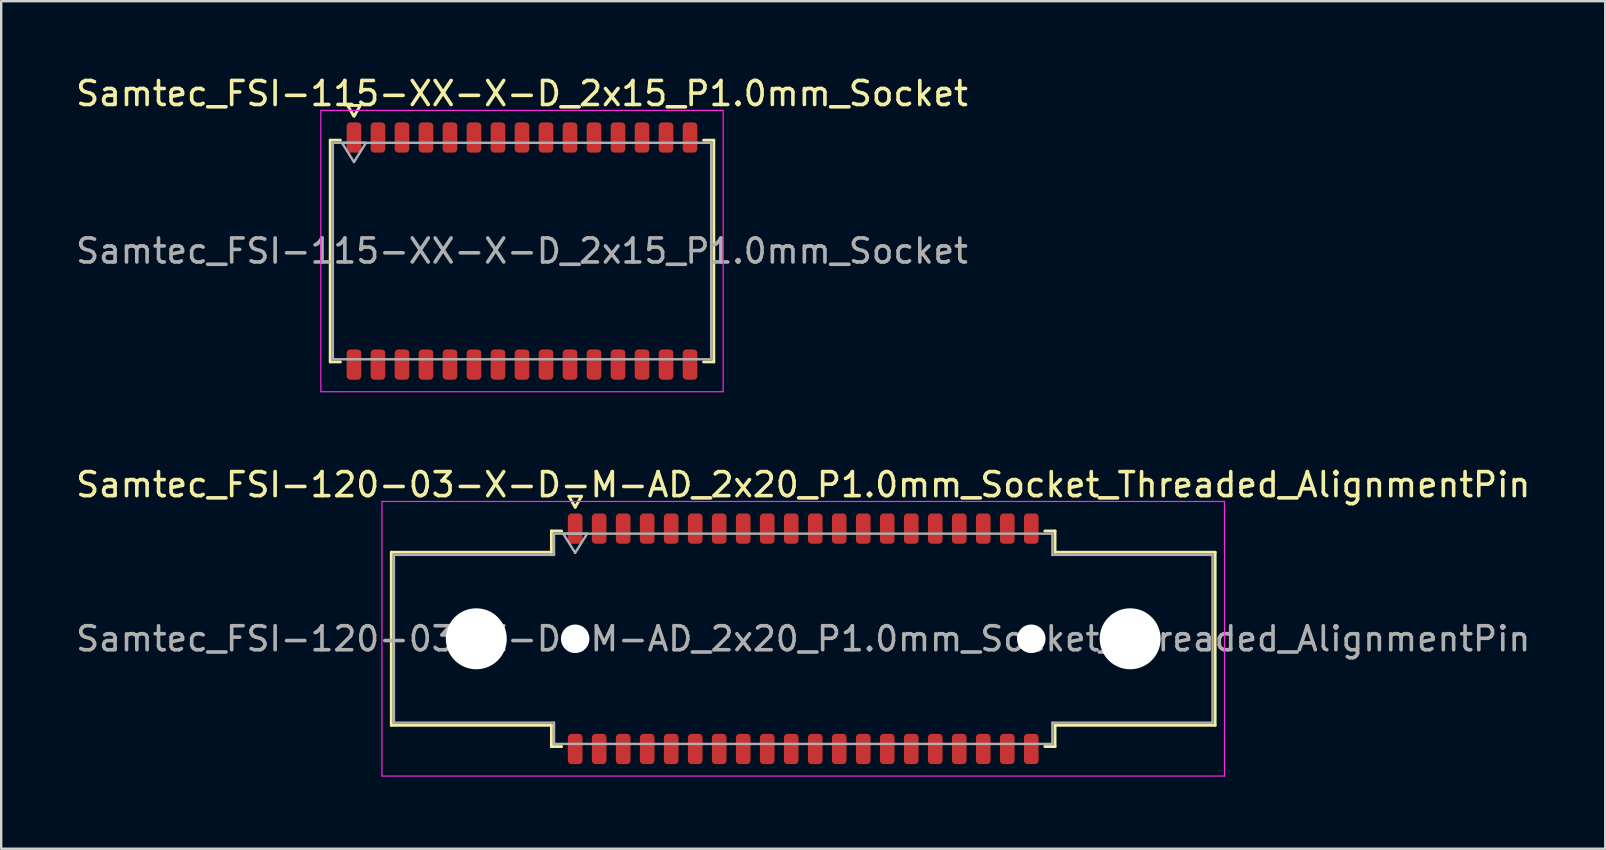
<source format=kicad_pcb>
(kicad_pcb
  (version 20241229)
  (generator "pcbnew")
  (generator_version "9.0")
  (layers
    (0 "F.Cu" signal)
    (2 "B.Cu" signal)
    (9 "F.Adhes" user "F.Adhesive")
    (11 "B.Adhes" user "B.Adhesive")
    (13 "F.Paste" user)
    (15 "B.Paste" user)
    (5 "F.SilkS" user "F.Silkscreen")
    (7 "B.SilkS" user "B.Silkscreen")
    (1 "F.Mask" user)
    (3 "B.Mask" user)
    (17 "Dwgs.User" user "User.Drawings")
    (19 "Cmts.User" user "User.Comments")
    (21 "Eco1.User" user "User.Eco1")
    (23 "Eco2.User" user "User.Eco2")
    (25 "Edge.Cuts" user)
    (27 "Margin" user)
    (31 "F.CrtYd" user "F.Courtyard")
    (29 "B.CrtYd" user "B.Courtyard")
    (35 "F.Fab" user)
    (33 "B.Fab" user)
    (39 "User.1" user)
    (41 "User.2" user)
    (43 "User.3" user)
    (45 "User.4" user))
  (footprint "Samtec_FSI-115-XX-X-D_2x15_P1.0mm_Socket"
    (layer "F.Cu")
    (at 18.696 7.408)
    (property "Reference" "Samtec_FSI-115-XX-X-D_2x15_P1.0mm_Socket" (at 0 -6.56 0) (layer "F.SilkS") (effects (font (size 1 1) (thickness 0.15))))
    (attr smd)
    (fp_line (start -7.99 -4.619) (end -7.565 -4.619) (stroke (width 0.12) (type solid)) (layer "F.SilkS"))
    (fp_line (start -7.99 4.619) (end -7.99 -4.619) (stroke (width 0.12) (type solid)) (layer "F.SilkS"))
    (fp_line (start -7.565 4.619) (end -7.99 4.619) (stroke (width 0.12) (type solid)) (layer "F.SilkS"))
    (fp_line (start -7.264 -6.066) (end -7.007 -5.62) (stroke (width 0.12) (type solid)) (layer "F.SilkS"))
    (fp_line (start -6.993 -5.62) (end -6.736 -6.066) (stroke (width 0.12) (type solid)) (layer "F.SilkS"))
    (fp_line (start -6.736 -6.066) (end -7.264 -6.066) (stroke (width 0.12) (type solid)) (layer "F.SilkS"))
    (fp_line (start 7.565 -4.619) (end 7.99 -4.619) (stroke (width 0.12) (type solid)) (layer "F.SilkS"))
    (fp_line (start 7.99 -4.619) (end 7.99 4.619) (stroke (width 0.12) (type solid)) (layer "F.SilkS"))
    (fp_line (start 7.99 4.619) (end 7.565 4.619) (stroke (width 0.12) (type solid)) (layer "F.SilkS"))
    (fp_line (start -8.38 -5.86) (end -8.38 5.86) (stroke (width 0.05) (type solid)) (layer "F.CrtYd"))
    (fp_line (start -8.38 5.86) (end 8.38 5.86) (stroke (width 0.05) (type solid)) (layer "F.CrtYd"))
    (fp_line (start 8.38 -5.86) (end -8.38 -5.86) (stroke (width 0.05) (type solid)) (layer "F.CrtYd"))
    (fp_line (start 8.38 5.86) (end 8.38 -5.86) (stroke (width 0.05) (type solid)) (layer "F.CrtYd"))
    (fp_line (start -7.88 -4.508) (end 7.88 -4.508) (stroke (width 0.1) (type solid)) (layer "F.Fab"))
    (fp_line (start -7.88 4.508) (end -7.88 -4.508) (stroke (width 0.1) (type solid)) (layer "F.Fab"))
    (fp_line (start -7.5 -4.508) (end -7 -3.708) (stroke (width 0.1) (type solid)) (layer "F.Fab"))
    (fp_line (start -7 -3.708) (end -6.5 -4.508) (stroke (width 0.1) (type solid)) (layer "F.Fab"))
    (fp_line (start -6.5 -4.508) (end -7.5 -4.508) (stroke (width 0.1) (type solid)) (layer "F.Fab"))
    (fp_line (start 7.88 -4.508) (end 7.88 4.508) (stroke (width 0.1) (type solid)) (layer "F.Fab"))
    (fp_line (start 7.88 4.508) (end -7.88 4.508) (stroke (width 0.1) (type solid)) (layer "F.Fab"))
    (fp_text user "${REFERENCE}" (at 0 0 0) (layer "F.Fab") (effects (font (size 1 1) (thickness 0.15))))
    (pad "1" smd roundrect (at -7 -4.73) (size 0.61 1.26) (layers "F.Cu" "F.Mask" "F.Paste") (roundrect_rratio 0.25))
    (pad "2" smd roundrect (at -7 4.73) (size 0.61 1.26) (layers "F.Cu" "F.Mask" "F.Paste") (roundrect_rratio 0.25))
    (pad "3" smd roundrect (at -6 -4.73) (size 0.61 1.26) (layers "F.Cu" "F.Mask" "F.Paste") (roundrect_rratio 0.25))
    (pad "4" smd roundrect (at -6 4.73) (size 0.61 1.26) (layers "F.Cu" "F.Mask" "F.Paste") (roundrect_rratio 0.25))
    (pad "5" smd roundrect (at -5 -4.73) (size 0.61 1.26) (layers "F.Cu" "F.Mask" "F.Paste") (roundrect_rratio 0.25))
    (pad "6" smd roundrect (at -5 4.73) (size 0.61 1.26) (layers "F.Cu" "F.Mask" "F.Paste") (roundrect_rratio 0.25))
    (pad "7" smd roundrect (at -4 -4.73) (size 0.61 1.26) (layers "F.Cu" "F.Mask" "F.Paste") (roundrect_rratio 0.25))
    (pad "8" smd roundrect (at -4 4.73) (size 0.61 1.26) (layers "F.Cu" "F.Mask" "F.Paste") (roundrect_rratio 0.25))
    (pad "9" smd roundrect (at -3 -4.73) (size 0.61 1.26) (layers "F.Cu" "F.Mask" "F.Paste") (roundrect_rratio 0.25))
    (pad "10" smd roundrect (at -3 4.73) (size 0.61 1.26) (layers "F.Cu" "F.Mask" "F.Paste") (roundrect_rratio 0.25))
    (pad "11" smd roundrect (at -2 -4.73) (size 0.61 1.26) (layers "F.Cu" "F.Mask" "F.Paste") (roundrect_rratio 0.25))
    (pad "12" smd roundrect (at -2 4.73) (size 0.61 1.26) (layers "F.Cu" "F.Mask" "F.Paste") (roundrect_rratio 0.25))
    (pad "13" smd roundrect (at -1 -4.73) (size 0.61 1.26) (layers "F.Cu" "F.Mask" "F.Paste") (roundrect_rratio 0.25))
    (pad "14" smd roundrect (at -1 4.73) (size 0.61 1.26) (layers "F.Cu" "F.Mask" "F.Paste") (roundrect_rratio 0.25))
    (pad "15" smd roundrect (at 0 -4.73) (size 0.61 1.26) (layers "F.Cu" "F.Mask" "F.Paste") (roundrect_rratio 0.25))
    (pad "16" smd roundrect (at 0 4.73) (size 0.61 1.26) (layers "F.Cu" "F.Mask" "F.Paste") (roundrect_rratio 0.25))
    (pad "17" smd roundrect (at 1 -4.73) (size 0.61 1.26) (layers "F.Cu" "F.Mask" "F.Paste") (roundrect_rratio 0.25))
    (pad "18" smd roundrect (at 1 4.73) (size 0.61 1.26) (layers "F.Cu" "F.Mask" "F.Paste") (roundrect_rratio 0.25))
    (pad "19" smd roundrect (at 2 -4.73) (size 0.61 1.26) (layers "F.Cu" "F.Mask" "F.Paste") (roundrect_rratio 0.25))
    (pad "20" smd roundrect (at 2 4.73) (size 0.61 1.26) (layers "F.Cu" "F.Mask" "F.Paste") (roundrect_rratio 0.25))
    (pad "21" smd roundrect (at 3 -4.73) (size 0.61 1.26) (layers "F.Cu" "F.Mask" "F.Paste") (roundrect_rratio 0.25))
    (pad "22" smd roundrect (at 3 4.73) (size 0.61 1.26) (layers "F.Cu" "F.Mask" "F.Paste") (roundrect_rratio 0.25))
    (pad "23" smd roundrect (at 4 -4.73) (size 0.61 1.26) (layers "F.Cu" "F.Mask" "F.Paste") (roundrect_rratio 0.25))
    (pad "24" smd roundrect (at 4 4.73) (size 0.61 1.26) (layers "F.Cu" "F.Mask" "F.Paste") (roundrect_rratio 0.25))
    (pad "25" smd roundrect (at 5 -4.73) (size 0.61 1.26) (layers "F.Cu" "F.Mask" "F.Paste") (roundrect_rratio 0.25))
    (pad "26" smd roundrect (at 5 4.73) (size 0.61 1.26) (layers "F.Cu" "F.Mask" "F.Paste") (roundrect_rratio 0.25))
    (pad "27" smd roundrect (at 6 -4.73) (size 0.61 1.26) (layers "F.Cu" "F.Mask" "F.Paste") (roundrect_rratio 0.25))
    (pad "28" smd roundrect (at 6 4.73) (size 0.61 1.26) (layers "F.Cu" "F.Mask" "F.Paste") (roundrect_rratio 0.25))
    (pad "29" smd roundrect (at 7 -4.73) (size 0.61 1.26) (layers "F.Cu" "F.Mask" "F.Paste") (roundrect_rratio 0.25))
    (pad "30" smd roundrect (at 7 4.73) (size 0.61 1.26) (layers "F.Cu" "F.Mask" "F.Paste") (roundrect_rratio 0.25)))
  (footprint "Samtec_FSI-120-03-X-D-M-AD_2x20_P1.0mm_Socket_Threaded_AlignmentPin"
    (layer "F.Cu")
    (at 30.411 23.561)
    (property "Reference" "Samtec_FSI-120-03-X-D-M-AD_2x20_P1.0mm_Socket_Threaded_AlignmentPin" (at 0 -6.42 0) (layer "F.SilkS") (effects (font (size 1 1) (thickness 0.15))))
    (attr smd)
    (fp_line (start -17.16 -3.605) (end -10.49 -3.605) (stroke (width 0.12) (type solid)) (layer "F.SilkS"))
    (fp_line (start -17.16 3.605) (end -17.16 -3.605) (stroke (width 0.12) (type solid)) (layer "F.SilkS"))
    (fp_line (start -10.49 -4.49) (end -10.065 -4.49) (stroke (width 0.12) (type solid)) (layer "F.SilkS"))
    (fp_line (start -10.49 -3.605) (end -10.49 -4.49) (stroke (width 0.12) (type solid)) (layer "F.SilkS"))
    (fp_line (start -10.49 3.605) (end -17.16 3.605) (stroke (width 0.12) (type solid)) (layer "F.SilkS"))
    (fp_line (start -10.49 4.49) (end -10.49 3.605) (stroke (width 0.12) (type solid)) (layer "F.SilkS"))
    (fp_line (start -10.065 4.49) (end -10.49 4.49) (stroke (width 0.12) (type solid)) (layer "F.SilkS"))
    (fp_line (start -9.764 -5.938) (end -9.5 -5.48) (stroke (width 0.12) (type solid)) (layer "F.SilkS"))
    (fp_line (start -9.5 -5.48) (end -9.236 -5.938) (stroke (width 0.12) (type solid)) (layer "F.SilkS"))
    (fp_line (start -9.236 -5.938) (end -9.764 -5.938) (stroke (width 0.12) (type solid)) (layer "F.SilkS"))
    (fp_line (start 10.065 -4.49) (end 10.49 -4.49) (stroke (width 0.12) (type solid)) (layer "F.SilkS"))
    (fp_line (start 10.49 -4.49) (end 10.49 -3.605) (stroke (width 0.12) (type solid)) (layer "F.SilkS"))
    (fp_line (start 10.49 -3.605) (end 17.16 -3.605) (stroke (width 0.12) (type solid)) (layer "F.SilkS"))
    (fp_line (start 10.49 3.605) (end 10.49 4.49) (stroke (width 0.12) (type solid)) (layer "F.SilkS"))
    (fp_line (start 10.49 4.49) (end 10.065 4.49) (stroke (width 0.12) (type solid)) (layer "F.SilkS"))
    (fp_line (start 17.16 -3.605) (end 17.16 3.605) (stroke (width 0.12) (type solid)) (layer "F.SilkS"))
    (fp_line (start 17.16 3.605) (end 10.49 3.605) (stroke (width 0.12) (type solid)) (layer "F.SilkS"))
    (fp_line (start -17.55 -5.72) (end -17.55 5.72) (stroke (width 0.05) (type solid)) (layer "F.CrtYd"))
    (fp_line (start -17.55 5.72) (end 17.55 5.72) (stroke (width 0.05) (type solid)) (layer "F.CrtYd"))
    (fp_line (start 17.55 -5.72) (end -17.55 -5.72) (stroke (width 0.05) (type solid)) (layer "F.CrtYd"))
    (fp_line (start 17.55 5.72) (end 17.55 -5.72) (stroke (width 0.05) (type solid)) (layer "F.CrtYd"))
    (fp_line (start -17.05 -3.495) (end -10.38 -3.495) (stroke (width 0.1) (type solid)) (layer "F.Fab"))
    (fp_line (start -17.05 3.495) (end -17.05 -3.495) (stroke (width 0.1) (type solid)) (layer "F.Fab"))
    (fp_line (start -10.38 -4.38) (end 10.38 -4.38) (stroke (width 0.1) (type solid)) (layer "F.Fab"))
    (fp_line (start -10.38 -3.495) (end -10.38 -4.38) (stroke (width 0.1) (type solid)) (layer "F.Fab"))
    (fp_line (start -10.38 3.495) (end -17.05 3.495) (stroke (width 0.1) (type solid)) (layer "F.Fab"))
    (fp_line (start -10.38 4.38) (end -10.38 3.495) (stroke (width 0.1) (type solid)) (layer "F.Fab"))
    (fp_line (start -10 -4.38) (end -9.5 -3.58) (stroke (width 0.1) (type solid)) (layer "F.Fab"))
    (fp_line (start -9.5 -3.58) (end -9 -4.38) (stroke (width 0.1) (type solid)) (layer "F.Fab"))
    (fp_line (start -9 -4.38) (end -10 -4.38) (stroke (width 0.1) (type solid)) (layer "F.Fab"))
    (fp_line (start 10.38 -4.38) (end 10.38 -3.495) (stroke (width 0.1) (type solid)) (layer "F.Fab"))
    (fp_line (start 10.38 -3.495) (end 17.05 -3.495) (stroke (width 0.1) (type solid)) (layer "F.Fab"))
    (fp_line (start 10.38 3.495) (end 10.38 4.38) (stroke (width 0.1) (type solid)) (layer "F.Fab"))
    (fp_line (start 10.38 4.38) (end -10.38 4.38) (stroke (width 0.1) (type solid)) (layer "F.Fab"))
    (fp_line (start 17.05 -3.495) (end 17.05 3.495) (stroke (width 0.1) (type solid)) (layer "F.Fab"))
    (fp_line (start 17.05 3.495) (end 10.38 3.495) (stroke (width 0.1) (type solid)) (layer "F.Fab"))
    (fp_text user "${REFERENCE}" (at 0 0 0) (layer "F.Fab") (effects (font (size 1 1) (thickness 0.15))))
    (pad "" np_thru_hole circle (at -13.62 0) (size 2.54 2.54) (drill 2.54) (layers "*.Cu" "*.Mask"))
    (pad "" np_thru_hole circle (at -9.5 0) (size 1.19 1.19) (drill 1.19) (layers "*.Cu" "*.Mask"))
    (pad "" np_thru_hole circle (at 9.5 0) (size 1.19 1.19) (drill 1.19) (layers "*.Cu" "*.Mask"))
    (pad "" np_thru_hole circle (at 13.62 0) (size 2.54 2.54) (drill 2.54) (layers "*.Cu" "*.Mask"))
    (pad "1" smd roundrect (at -9.5 -4.59) (size 0.61 1.26) (layers "F.Cu" "F.Mask" "F.Paste") (roundrect_rratio 0.25))
    (pad "2" smd roundrect (at -9.5 4.59) (size 0.61 1.26) (layers "F.Cu" "F.Mask" "F.Paste") (roundrect_rratio 0.25))
    (pad "3" smd roundrect (at -8.5 -4.59) (size 0.61 1.26) (layers "F.Cu" "F.Mask" "F.Paste") (roundrect_rratio 0.25))
    (pad "4" smd roundrect (at -8.5 4.59) (size 0.61 1.26) (layers "F.Cu" "F.Mask" "F.Paste") (roundrect_rratio 0.25))
    (pad "5" smd roundrect (at -7.5 -4.59) (size 0.61 1.26) (layers "F.Cu" "F.Mask" "F.Paste") (roundrect_rratio 0.25))
    (pad "6" smd roundrect (at -7.5 4.59) (size 0.61 1.26) (layers "F.Cu" "F.Mask" "F.Paste") (roundrect_rratio 0.25))
    (pad "7" smd roundrect (at -6.5 -4.59) (size 0.61 1.26) (layers "F.Cu" "F.Mask" "F.Paste") (roundrect_rratio 0.25))
    (pad "8" smd roundrect (at -6.5 4.59) (size 0.61 1.26) (layers "F.Cu" "F.Mask" "F.Paste") (roundrect_rratio 0.25))
    (pad "9" smd roundrect (at -5.5 -4.59) (size 0.61 1.26) (layers "F.Cu" "F.Mask" "F.Paste") (roundrect_rratio 0.25))
    (pad "10" smd roundrect (at -5.5 4.59) (size 0.61 1.26) (layers "F.Cu" "F.Mask" "F.Paste") (roundrect_rratio 0.25))
    (pad "11" smd roundrect (at -4.5 -4.59) (size 0.61 1.26) (layers "F.Cu" "F.Mask" "F.Paste") (roundrect_rratio 0.25))
    (pad "12" smd roundrect (at -4.5 4.59) (size 0.61 1.26) (layers "F.Cu" "F.Mask" "F.Paste") (roundrect_rratio 0.25))
    (pad "13" smd roundrect (at -3.5 -4.59) (size 0.61 1.26) (layers "F.Cu" "F.Mask" "F.Paste") (roundrect_rratio 0.25))
    (pad "14" smd roundrect (at -3.5 4.59) (size 0.61 1.26) (layers "F.Cu" "F.Mask" "F.Paste") (roundrect_rratio 0.25))
    (pad "15" smd roundrect (at -2.5 -4.59) (size 0.61 1.26) (layers "F.Cu" "F.Mask" "F.Paste") (roundrect_rratio 0.25))
    (pad "16" smd roundrect (at -2.5 4.59) (size 0.61 1.26) (layers "F.Cu" "F.Mask" "F.Paste") (roundrect_rratio 0.25))
    (pad "17" smd roundrect (at -1.5 -4.59) (size 0.61 1.26) (layers "F.Cu" "F.Mask" "F.Paste") (roundrect_rratio 0.25))
    (pad "18" smd roundrect (at -1.5 4.59) (size 0.61 1.26) (layers "F.Cu" "F.Mask" "F.Paste") (roundrect_rratio 0.25))
    (pad "19" smd roundrect (at -0.5 -4.59) (size 0.61 1.26) (layers "F.Cu" "F.Mask" "F.Paste") (roundrect_rratio 0.25))
    (pad "20" smd roundrect (at -0.5 4.59) (size 0.61 1.26) (layers "F.Cu" "F.Mask" "F.Paste") (roundrect_rratio 0.25))
    (pad "21" smd roundrect (at 0.5 -4.59) (size 0.61 1.26) (layers "F.Cu" "F.Mask" "F.Paste") (roundrect_rratio 0.25))
    (pad "22" smd roundrect (at 0.5 4.59) (size 0.61 1.26) (layers "F.Cu" "F.Mask" "F.Paste") (roundrect_rratio 0.25))
    (pad "23" smd roundrect (at 1.5 -4.59) (size 0.61 1.26) (layers "F.Cu" "F.Mask" "F.Paste") (roundrect_rratio 0.25))
    (pad "24" smd roundrect (at 1.5 4.59) (size 0.61 1.26) (layers "F.Cu" "F.Mask" "F.Paste") (roundrect_rratio 0.25))
    (pad "25" smd roundrect (at 2.5 -4.59) (size 0.61 1.26) (layers "F.Cu" "F.Mask" "F.Paste") (roundrect_rratio 0.25))
    (pad "26" smd roundrect (at 2.5 4.59) (size 0.61 1.26) (layers "F.Cu" "F.Mask" "F.Paste") (roundrect_rratio 0.25))
    (pad "27" smd roundrect (at 3.5 -4.59) (size 0.61 1.26) (layers "F.Cu" "F.Mask" "F.Paste") (roundrect_rratio 0.25))
    (pad "28" smd roundrect (at 3.5 4.59) (size 0.61 1.26) (layers "F.Cu" "F.Mask" "F.Paste") (roundrect_rratio 0.25))
    (pad "29" smd roundrect (at 4.5 -4.59) (size 0.61 1.26) (layers "F.Cu" "F.Mask" "F.Paste") (roundrect_rratio 0.25))
    (pad "30" smd roundrect (at 4.5 4.59) (size 0.61 1.26) (layers "F.Cu" "F.Mask" "F.Paste") (roundrect_rratio 0.25))
    (pad "31" smd roundrect (at 5.5 -4.59) (size 0.61 1.26) (layers "F.Cu" "F.Mask" "F.Paste") (roundrect_rratio 0.25))
    (pad "32" smd roundrect (at 5.5 4.59) (size 0.61 1.26) (layers "F.Cu" "F.Mask" "F.Paste") (roundrect_rratio 0.25))
    (pad "33" smd roundrect (at 6.5 -4.59) (size 0.61 1.26) (layers "F.Cu" "F.Mask" "F.Paste") (roundrect_rratio 0.25))
    (pad "34" smd roundrect (at 6.5 4.59) (size 0.61 1.26) (layers "F.Cu" "F.Mask" "F.Paste") (roundrect_rratio 0.25))
    (pad "35" smd roundrect (at 7.5 -4.59) (size 0.61 1.26) (layers "F.Cu" "F.Mask" "F.Paste") (roundrect_rratio 0.25))
    (pad "36" smd roundrect (at 7.5 4.59) (size 0.61 1.26) (layers "F.Cu" "F.Mask" "F.Paste") (roundrect_rratio 0.25))
    (pad "37" smd roundrect (at 8.5 -4.59) (size 0.61 1.26) (layers "F.Cu" "F.Mask" "F.Paste") (roundrect_rratio 0.25))
    (pad "38" smd roundrect (at 8.5 4.59) (size 0.61 1.26) (layers "F.Cu" "F.Mask" "F.Paste") (roundrect_rratio 0.25))
    (pad "39" smd roundrect (at 9.5 -4.59) (size 0.61 1.26) (layers "F.Cu" "F.Mask" "F.Paste") (roundrect_rratio 0.25))
    (pad "40" smd roundrect (at 9.5 4.59) (size 0.61 1.26) (layers "F.Cu" "F.Mask" "F.Paste") (roundrect_rratio 0.25)))
  (gr_rect
    (start -3 -3)
    (end 63.821 32.306)
    (stroke (width 0.1) (type default))
    (fill no)
    (layer "Edge.Cuts")))
</source>
